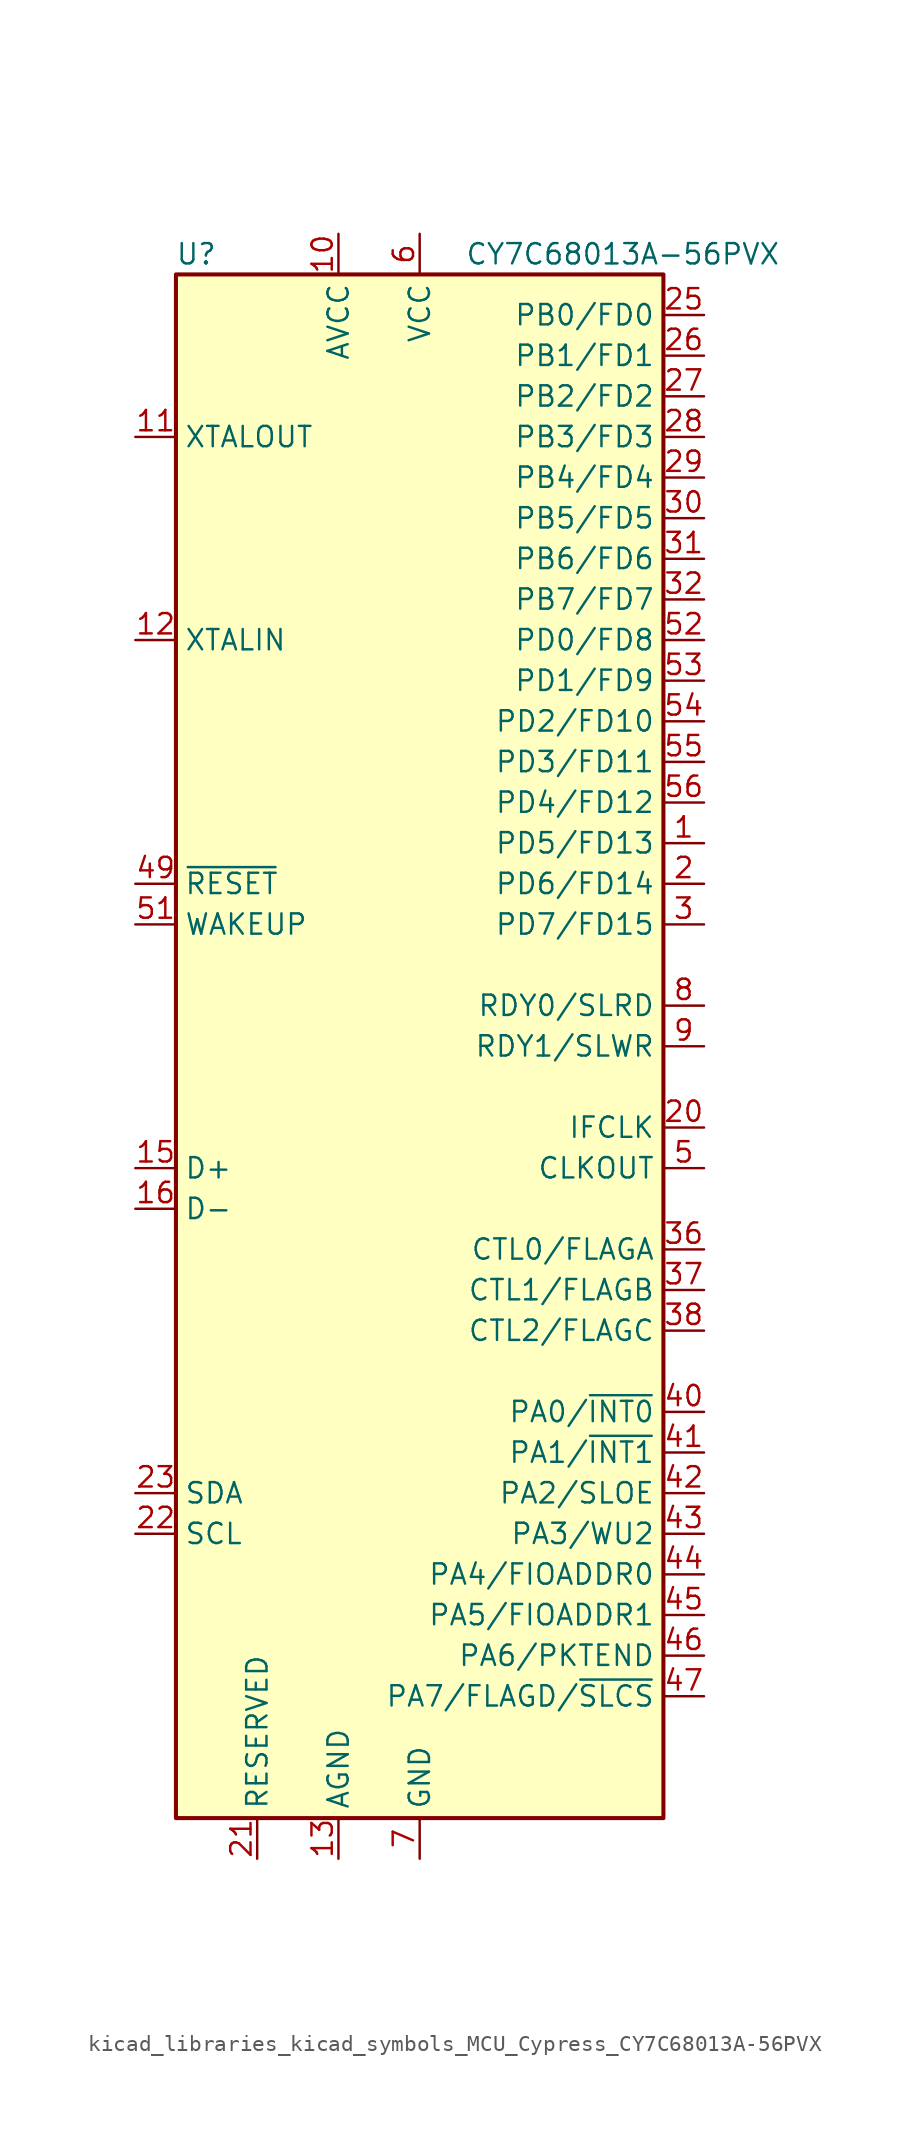
<source format=kicad_sym>
(kicad_symbol_lib
  (version 20220914)
  (generator kicad_symbol_editor)
  (symbol "kicad_libraries_kicad_symbols_MCU_Cypress_CY7C68013A-56PVX"
    (property "Reference" "U"
      (at -13.97 49.53 0)
      (effects (font (size 1.27 1.27))))
    (property "Value" "CY7C68013A-56PVX"
      (at 12.7 49.53 0)
      (effects (font (size 1.27 1.27))))
    (symbol "kicad_libraries_kicad_symbols_MCU_Cypress_CY7C68013A-56PVX_0_1"
      (rectangle (start 15.24 -48.26) (end -15.24 48.26) (stroke (width 0.254) (type default)) (fill (type background))))
    (symbol "kicad_libraries_kicad_symbols_MCU_Cypress_CY7C68013A-56PVX_1_1"
      (pin bidirectional line (at 17.78 12.7 180) (length 2.54) (name "PD5/FD13" (effects (font (size 1.27 1.27)))) (number "1" (effects (font (size 1.27 1.27)))))
      (pin power_in line (at -5.08 50.8 270) (length 2.54) (name "AVCC" (effects (font (size 1.27 1.27)))) (number "10" (effects (font (size 1.27 1.27)))))
      (pin output line (at -17.78 38.1 0) (length 2.54) (name "XTALOUT" (effects (font (size 1.27 1.27)))) (number "11" (effects (font (size 1.27 1.27)))))
      (pin input line (at -17.78 25.4 0) (length 2.54) (name "XTALIN" (effects (font (size 1.27 1.27)))) (number "12" (effects (font (size 1.27 1.27)))))
      (pin power_in line (at -5.08 -50.8 90) (length 2.54) (name "AGND" (effects (font (size 1.27 1.27)))) (number "13" (effects (font (size 1.27 1.27)))))
      (pin passive line (at -5.08 50.8 270) (length 2.54) hide (name "AVCC" (effects (font (size 1.27 1.27)))) (number "14" (effects (font (size 1.27 1.27)))))
      (pin bidirectional line (at -17.78 -7.62 0) (length 2.54) (name "D+" (effects (font (size 1.27 1.27)))) (number "15" (effects (font (size 1.27 1.27)))))
      (pin bidirectional line (at -17.78 -10.16 0) (length 2.54) (name "D-" (effects (font (size 1.27 1.27)))) (number "16" (effects (font (size 1.27 1.27)))))
      (pin passive line (at -5.08 -50.8 90) (length 2.54) hide (name "AGND" (effects (font (size 1.27 1.27)))) (number "17" (effects (font (size 1.27 1.27)))))
      (pin passive line (at 0 50.8 270) (length 2.54) hide (name "VCC" (effects (font (size 1.27 1.27)))) (number "18" (effects (font (size 1.27 1.27)))))
      (pin passive line (at 0 -50.8 90) (length 2.54) hide (name "GND" (effects (font (size 1.27 1.27)))) (number "19" (effects (font (size 1.27 1.27)))))
      (pin bidirectional line (at 17.78 10.16 180) (length 2.54) (name "PD6/FD14" (effects (font (size 1.27 1.27)))) (number "2" (effects (font (size 1.27 1.27)))))
      (pin bidirectional line (at 17.78 -5.08 180) (length 2.54) (name "IFCLK" (effects (font (size 1.27 1.27)))) (number "20" (effects (font (size 1.27 1.27)))))
      (pin input line (at -10.16 -50.8 90) (length 2.54) (name "RESERVED" (effects (font (size 1.27 1.27)))) (number "21" (effects (font (size 1.27 1.27)))))
      (pin input line (at -17.78 -30.48 0) (length 2.54) (name "SCL" (effects (font (size 1.27 1.27)))) (number "22" (effects (font (size 1.27 1.27)))))
      (pin bidirectional line (at -17.78 -27.94 0) (length 2.54) (name "SDA" (effects (font (size 1.27 1.27)))) (number "23" (effects (font (size 1.27 1.27)))))
      (pin passive line (at 0 50.8 270) (length 2.54) hide (name "VCC" (effects (font (size 1.27 1.27)))) (number "24" (effects (font (size 1.27 1.27)))))
      (pin bidirectional line (at 17.78 45.72 180) (length 2.54) (name "PB0/FD0" (effects (font (size 1.27 1.27)))) (number "25" (effects (font (size 1.27 1.27)))))
      (pin bidirectional line (at 17.78 43.18 180) (length 2.54) (name "PB1/FD1" (effects (font (size 1.27 1.27)))) (number "26" (effects (font (size 1.27 1.27)))))
      (pin bidirectional line (at 17.78 40.64 180) (length 2.54) (name "PB2/FD2" (effects (font (size 1.27 1.27)))) (number "27" (effects (font (size 1.27 1.27)))))
      (pin bidirectional line (at 17.78 38.1 180) (length 2.54) (name "PB3/FD3" (effects (font (size 1.27 1.27)))) (number "28" (effects (font (size 1.27 1.27)))))
      (pin bidirectional line (at 17.78 35.56 180) (length 2.54) (name "PB4/FD4" (effects (font (size 1.27 1.27)))) (number "29" (effects (font (size 1.27 1.27)))))
      (pin bidirectional line (at 17.78 7.62 180) (length 2.54) (name "PD7/FD15" (effects (font (size 1.27 1.27)))) (number "3" (effects (font (size 1.27 1.27)))))
      (pin bidirectional line (at 17.78 33.02 180) (length 2.54) (name "PB5/FD5" (effects (font (size 1.27 1.27)))) (number "30" (effects (font (size 1.27 1.27)))))
      (pin bidirectional line (at 17.78 30.48 180) (length 2.54) (name "PB6/FD6" (effects (font (size 1.27 1.27)))) (number "31" (effects (font (size 1.27 1.27)))))
      (pin bidirectional line (at 17.78 27.94 180) (length 2.54) (name "PB7/FD7" (effects (font (size 1.27 1.27)))) (number "32" (effects (font (size 1.27 1.27)))))
      (pin passive line (at 0 -50.8 90) (length 2.54) hide (name "GND" (effects (font (size 1.27 1.27)))) (number "33" (effects (font (size 1.27 1.27)))))
      (pin passive line (at 0 50.8 270) (length 2.54) hide (name "VCC" (effects (font (size 1.27 1.27)))) (number "34" (effects (font (size 1.27 1.27)))))
      (pin passive line (at 0 -50.8 90) (length 2.54) hide (name "GND" (effects (font (size 1.27 1.27)))) (number "35" (effects (font (size 1.27 1.27)))))
      (pin output line (at 17.78 -12.7 180) (length 2.54) (name "CTL0/FLAGA" (effects (font (size 1.27 1.27)))) (number "36" (effects (font (size 1.27 1.27)))))
      (pin output line (at 17.78 -15.24 180) (length 2.54) (name "CTL1/FLAGB" (effects (font (size 1.27 1.27)))) (number "37" (effects (font (size 1.27 1.27)))))
      (pin output line (at 17.78 -17.78 180) (length 2.54) (name "CTL2/FLAGC" (effects (font (size 1.27 1.27)))) (number "38" (effects (font (size 1.27 1.27)))))
      (pin passive line (at 0 50.8 270) (length 2.54) hide (name "VCC" (effects (font (size 1.27 1.27)))) (number "39" (effects (font (size 1.27 1.27)))))
      (pin passive line (at 0 -50.8 90) (length 2.54) hide (name "GND" (effects (font (size 1.27 1.27)))) (number "4" (effects (font (size 1.27 1.27)))))
      (pin bidirectional line (at 17.78 -22.86 180) (length 2.54) (name "PA0/~{INT0}" (effects (font (size 1.27 1.27)))) (number "40" (effects (font (size 1.27 1.27)))))
      (pin bidirectional line (at 17.78 -25.4 180) (length 2.54) (name "PA1/~{INT1}" (effects (font (size 1.27 1.27)))) (number "41" (effects (font (size 1.27 1.27)))))
      (pin bidirectional line (at 17.78 -27.94 180) (length 2.54) (name "PA2/SLOE" (effects (font (size 1.27 1.27)))) (number "42" (effects (font (size 1.27 1.27)))))
      (pin bidirectional line (at 17.78 -30.48 180) (length 2.54) (name "PA3/WU2" (effects (font (size 1.27 1.27)))) (number "43" (effects (font (size 1.27 1.27)))))
      (pin bidirectional line (at 17.78 -33.02 180) (length 2.54) (name "PA4/FIOADDR0" (effects (font (size 1.27 1.27)))) (number "44" (effects (font (size 1.27 1.27)))))
      (pin bidirectional line (at 17.78 -35.56 180) (length 2.54) (name "PA5/FIOADDR1" (effects (font (size 1.27 1.27)))) (number "45" (effects (font (size 1.27 1.27)))))
      (pin bidirectional line (at 17.78 -38.1 180) (length 2.54) (name "PA6/PKTEND" (effects (font (size 1.27 1.27)))) (number "46" (effects (font (size 1.27 1.27)))))
      (pin bidirectional line (at 17.78 -40.64 180) (length 2.54) (name "PA7/FLAGD/~{SLCS}" (effects (font (size 1.27 1.27)))) (number "47" (effects (font (size 1.27 1.27)))))
      (pin passive line (at 0 -50.8 90) (length 2.54) hide (name "GND" (effects (font (size 1.27 1.27)))) (number "48" (effects (font (size 1.27 1.27)))))
      (pin input line (at -17.78 10.16 0) (length 2.54) (name "~{RESET}" (effects (font (size 1.27 1.27)))) (number "49" (effects (font (size 1.27 1.27)))))
      (pin output line (at 17.78 -7.62 180) (length 2.54) (name "CLKOUT" (effects (font (size 1.27 1.27)))) (number "5" (effects (font (size 1.27 1.27)))))
      (pin passive line (at 0 50.8 270) (length 2.54) hide (name "VCC" (effects (font (size 1.27 1.27)))) (number "50" (effects (font (size 1.27 1.27)))))
      (pin input line (at -17.78 7.62 0) (length 2.54) (name "WAKEUP" (effects (font (size 1.27 1.27)))) (number "51" (effects (font (size 1.27 1.27)))))
      (pin bidirectional line (at 17.78 25.4 180) (length 2.54) (name "PD0/FD8" (effects (font (size 1.27 1.27)))) (number "52" (effects (font (size 1.27 1.27)))))
      (pin bidirectional line (at 17.78 22.86 180) (length 2.54) (name "PD1/FD9" (effects (font (size 1.27 1.27)))) (number "53" (effects (font (size 1.27 1.27)))))
      (pin bidirectional line (at 17.78 20.32 180) (length 2.54) (name "PD2/FD10" (effects (font (size 1.27 1.27)))) (number "54" (effects (font (size 1.27 1.27)))))
      (pin bidirectional line (at 17.78 17.78 180) (length 2.54) (name "PD3/FD11" (effects (font (size 1.27 1.27)))) (number "55" (effects (font (size 1.27 1.27)))))
      (pin bidirectional line (at 17.78 15.24 180) (length 2.54) (name "PD4/FD12" (effects (font (size 1.27 1.27)))) (number "56" (effects (font (size 1.27 1.27)))))
      (pin power_in line (at 0 50.8 270) (length 2.54) (name "VCC" (effects (font (size 1.27 1.27)))) (number "6" (effects (font (size 1.27 1.27)))))
      (pin power_in line (at 0 -50.8 90) (length 2.54) (name "GND" (effects (font (size 1.27 1.27)))) (number "7" (effects (font (size 1.27 1.27)))))
      (pin input line (at 17.78 2.54 180) (length 2.54) (name "RDY0/SLRD" (effects (font (size 1.27 1.27)))) (number "8" (effects (font (size 1.27 1.27)))))
      (pin input line (at 17.78 0 180) (length 2.54) (name "RDY1/SLWR" (effects (font (size 1.27 1.27)))) (number "9" (effects (font (size 1.27 1.27))))))))
</source>
